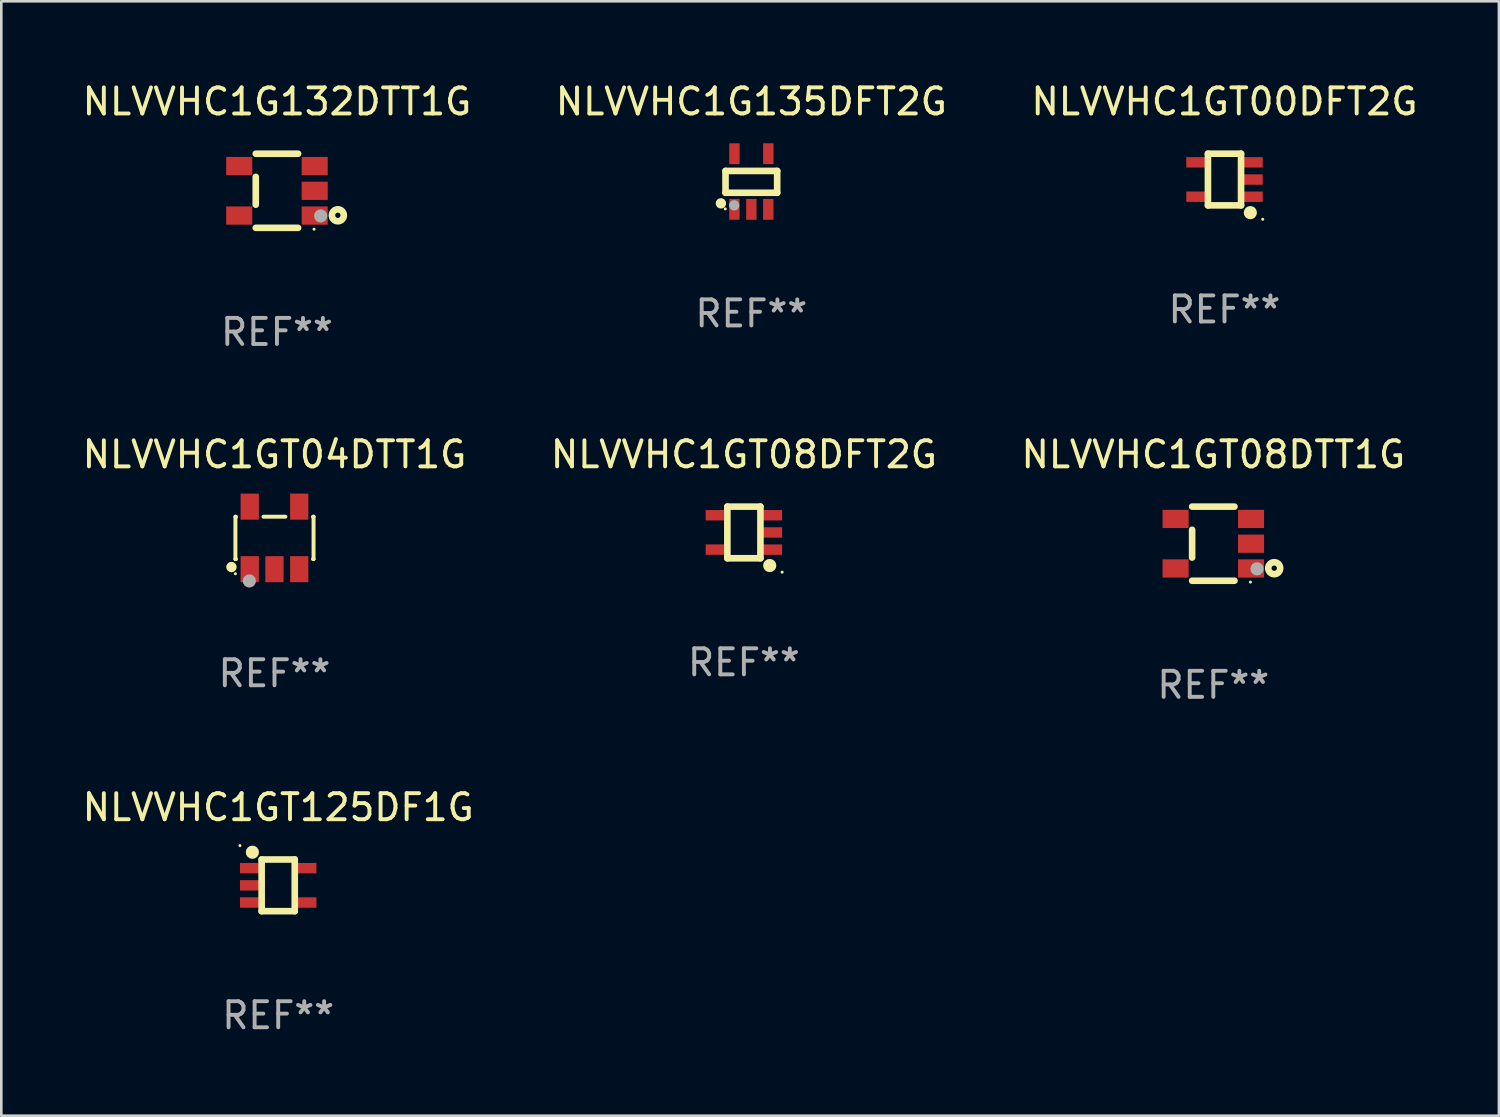
<source format=kicad_pcb>
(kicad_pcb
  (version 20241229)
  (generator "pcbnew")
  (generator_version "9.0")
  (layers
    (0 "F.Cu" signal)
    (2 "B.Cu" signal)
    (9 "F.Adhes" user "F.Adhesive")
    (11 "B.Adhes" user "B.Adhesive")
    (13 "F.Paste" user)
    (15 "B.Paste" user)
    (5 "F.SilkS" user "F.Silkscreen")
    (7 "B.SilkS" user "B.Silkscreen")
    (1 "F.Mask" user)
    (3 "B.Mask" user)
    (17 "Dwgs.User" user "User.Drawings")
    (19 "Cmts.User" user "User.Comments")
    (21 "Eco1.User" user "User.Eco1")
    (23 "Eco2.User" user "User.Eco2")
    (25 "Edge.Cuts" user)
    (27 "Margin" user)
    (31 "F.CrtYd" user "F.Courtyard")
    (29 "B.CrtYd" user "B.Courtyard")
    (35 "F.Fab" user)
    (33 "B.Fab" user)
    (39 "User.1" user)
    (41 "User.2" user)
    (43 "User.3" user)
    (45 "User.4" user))
  (footprint "NLVVHC1GT08DTT1G"
    (layer "F.Cu")
    (at 43.506 17.812)
    (property "Reference" "NLVVHC1GT08DTT1G" (at 0 -3.422 0) (layer "F.SilkS") (effects (font (size 1 1) (thickness 0.15))))
    (attr through_hole)
    (fp_line (start -0.813 -1.422) (end 0.812 -1.422) (stroke (width 0.254) (type solid)) (layer "F.SilkS"))
    (fp_line (start -0.813 0.533) (end -0.813 -0.533) (stroke (width 0.254) (type solid)) (layer "F.SilkS"))
    (fp_line (start 0.812 1.422) (end -0.813 1.422) (stroke (width 0.254) (type solid)) (layer "F.SilkS"))
    (fp_circle (center 1.423 1.473) (end 1.453 1.473) (stroke (width 0.06) (type solid)) (fill no) (layer "F.SilkS"))
    (fp_circle (center 2.337 0.94) (end 2.439 0.94) (stroke (width 0.254) (type solid)) (fill no) (layer "F.SilkS"))
    (fp_circle (center 1.677 0.965) (end 1.804 0.965) (stroke (width 0.254) (type solid)) (fill no) (layer "F.Fab"))
    (fp_text user "REF**" (at 0 5.422 0) (layer "F.Fab") (effects (font (size 1 1) (thickness 0.15))))
    (pad "1" smd rect (at 1.448 0.95 90) (size 0.7 1) (layers "F.Cu" "F.Mask" "F.Paste"))
    (pad "2" smd rect (at 1.448 0.000127 90) (size 0.7 1) (layers "F.Cu" "F.Mask" "F.Paste"))
    (pad "3" smd rect (at 1.448 -0.95 90) (size 0.7 1) (layers "F.Cu" "F.Mask" "F.Paste"))
    (pad "4" smd rect (at -1.448 -0.95 90) (size 0.7 1) (layers "F.Cu" "F.Mask" "F.Paste"))
    (pad "5" smd rect (at -1.448 0.95 90) (size 0.7 1) (layers "F.Cu" "F.Mask" "F.Paste")))
  (footprint "NLVVHC1GT04DTT1G"
    (layer "F.Cu")
    (at 7.482 17.59)
    (property "Reference" "NLVVHC1GT04DTT1G" (at 0 -3.2 0) (layer "F.SilkS") (effects (font (size 1 1) (thickness 0.15))))
    (attr through_hole)
    (fp_line (start -1.499 -0.813) (end -1.48 -0.813) (stroke (width 0.152) (type solid)) (layer "F.SilkS"))
    (fp_line (start -1.499 0.813) (end -1.499 -0.813) (stroke (width 0.152) (type solid)) (layer "F.SilkS"))
    (fp_line (start -1.48 0.813) (end -1.499 0.813) (stroke (width 0.152) (type solid)) (layer "F.SilkS"))
    (fp_line (start -0.42 -0.813) (end 0.42 -0.813) (stroke (width 0.152) (type solid)) (layer "F.SilkS"))
    (fp_line (start 1.48 -0.813) (end 1.499 -0.813) (stroke (width 0.152) (type solid)) (layer "F.SilkS"))
    (fp_line (start 1.499 -0.813) (end 1.499 0.813) (stroke (width 0.152) (type solid)) (layer "F.SilkS"))
    (fp_line (start 1.499 0.813) (end 1.48 0.813) (stroke (width 0.152) (type solid)) (layer "F.SilkS"))
    (fp_circle (center -1.651 1.118) (end -1.551 1.118) (stroke (width 0.2) (type solid)) (fill no) (layer "F.SilkS"))
    (fp_circle (center -1.5 1.375) (end -1.47 1.375) (stroke (width 0.06) (type solid)) (fill no) (layer "F.SilkS"))
    (fp_circle (center -0.965 1.651) (end -0.838 1.651) (stroke (width 0.254) (type solid)) (fill no) (layer "F.Fab"))
    (fp_text user "REF**" (at 0 5.2 0) (layer "F.Fab") (effects (font (size 1 1) (thickness 0.15))))
    (pad "1" smd rect (at -0.95 1.2) (size 0.7 1) (layers "F.Cu" "F.Mask" "F.Paste"))
    (pad "2" smd rect (at 0 1.2) (size 0.7 1) (layers "F.Cu" "F.Mask" "F.Paste"))
    (pad "3" smd rect (at 0.95 1.2) (size 0.7 1) (layers "F.Cu" "F.Mask" "F.Paste"))
    (pad "4" smd rect (at 0.95 -1.2) (size 0.7 1) (layers "F.Cu" "F.Mask" "F.Paste"))
    (pad "5" smd rect (at -0.95 -1.2) (size 0.7 1) (layers "F.Cu" "F.Mask" "F.Paste")))
  (footprint "NLVVHC1GT00DFT2G"
    (layer "F.Cu")
    (at 43.935 3.839)
    (property "Reference" "NLVVHC1GT00DFT2G" (at 0 -2.991 0) (layer "F.SilkS") (effects (font (size 1 1) (thickness 0.15))))
    (attr through_hole)
    (fp_line (start -0.635 -0.991) (end 0.635 -0.991) (stroke (width 0.254) (type solid)) (layer "F.SilkS"))
    (fp_line (start -0.635 0.991) (end -0.635 -0.991) (stroke (width 0.254) (type solid)) (layer "F.SilkS"))
    (fp_line (start 0.635 -0.991) (end 0.635 0.991) (stroke (width 0.254) (type solid)) (layer "F.SilkS"))
    (fp_line (start 0.635 0.991) (end -0.635 0.991) (stroke (width 0.254) (type solid)) (layer "F.SilkS"))
    (fp_circle (center 0.991 1.27) (end 1.118 1.27) (stroke (width 0.254) (type solid)) (fill no) (layer "F.SilkS"))
    (fp_circle (center 1.467 1.524) (end 1.497 1.524) (stroke (width 0.06) (type solid)) (fill no) (layer "F.SilkS"))
    (fp_text user "REF**" (at 0 4.991 0) (layer "F.Fab") (effects (font (size 1 1) (thickness 0.15))))
    (pad "1" smd rect (at 1.067 0.66 180) (size 0.8 0.399) (layers "F.Cu" "F.Mask" "F.Paste"))
    (pad "2" smd rect (at 1.067 0 180) (size 0.8 0.399) (layers "F.Cu" "F.Mask" "F.Paste"))
    (pad "3" smd rect (at 1.067 -0.66 180) (size 0.8 0.399) (layers "F.Cu" "F.Mask" "F.Paste"))
    (pad "4" smd rect (at -1.067 -0.66 180) (size 0.8 0.399) (layers "F.Cu" "F.Mask" "F.Paste"))
    (pad "5" smd rect (at -1.066 0.659 180) (size 0.8 0.399) (layers "F.Cu" "F.Mask" "F.Paste")))
  (footprint "NLVVHC1GT08DFT2G"
    (layer "F.Cu")
    (at 25.494 17.38)
    (property "Reference" "NLVVHC1GT08DFT2G" (at 0 -2.991 0) (layer "F.SilkS") (effects (font (size 1 1) (thickness 0.15))))
    (attr through_hole)
    (fp_line (start -0.635 -0.991) (end 0.635 -0.991) (stroke (width 0.254) (type solid)) (layer "F.SilkS"))
    (fp_line (start -0.635 0.991) (end -0.635 -0.991) (stroke (width 0.254) (type solid)) (layer "F.SilkS"))
    (fp_line (start 0.635 -0.991) (end 0.635 0.991) (stroke (width 0.254) (type solid)) (layer "F.SilkS"))
    (fp_line (start 0.635 0.991) (end -0.635 0.991) (stroke (width 0.254) (type solid)) (layer "F.SilkS"))
    (fp_circle (center 0.991 1.27) (end 1.118 1.27) (stroke (width 0.254) (type solid)) (fill no) (layer "F.SilkS"))
    (fp_circle (center 1.467 1.524) (end 1.497 1.524) (stroke (width 0.06) (type solid)) (fill no) (layer "F.SilkS"))
    (fp_text user "REF**" (at 0 4.991 0) (layer "F.Fab") (effects (font (size 1 1) (thickness 0.15))))
    (pad "1" smd rect (at 1.067 0.66 180) (size 0.8 0.399) (layers "F.Cu" "F.Mask" "F.Paste"))
    (pad "2" smd rect (at 1.067 0 180) (size 0.8 0.399) (layers "F.Cu" "F.Mask" "F.Paste"))
    (pad "3" smd rect (at 1.067 -0.66 180) (size 0.8 0.399) (layers "F.Cu" "F.Mask" "F.Paste"))
    (pad "4" smd rect (at -1.067 -0.66 180) (size 0.8 0.399) (layers "F.Cu" "F.Mask" "F.Paste"))
    (pad "5" smd rect (at -1.066 0.659 180) (size 0.8 0.399) (layers "F.Cu" "F.Mask" "F.Paste")))
  (footprint "NLVVHC1G135DFT2G"
    (layer "F.Cu")
    (at 25.78 3.915)
    (property "Reference" "NLVVHC1G135DFT2G" (at 0 -3.067 0) (layer "F.SilkS") (effects (font (size 1 1) (thickness 0.15))))
    (attr through_hole)
    (fp_line (start -0.991 -0.406) (end 0.991 -0.406) (stroke (width 0.254) (type solid)) (layer "F.SilkS"))
    (fp_line (start -0.991 0.432) (end -0.991 -0.406) (stroke (width 0.254) (type solid)) (layer "F.SilkS"))
    (fp_line (start 0.991 -0.406) (end 0.991 0.432) (stroke (width 0.254) (type solid)) (layer "F.SilkS"))
    (fp_line (start 0.991 0.432) (end -0.991 0.432) (stroke (width 0.254) (type solid)) (layer "F.SilkS"))
    (fp_circle (center -1.168 0.838) (end -1.068 0.838) (stroke (width 0.2) (type solid)) (fill no) (layer "F.SilkS"))
    (fp_circle (center -1 1.05) (end -0.97 1.05) (stroke (width 0.06) (type solid)) (fill no) (layer "F.SilkS"))
    (fp_circle (center -0.66 0.914) (end -0.56 0.914) (stroke (width 0.2) (type solid)) (fill no) (layer "F.Fab"))
    (fp_text user "REF**" (at 0 5.067 0) (layer "F.Fab") (effects (font (size 1 1) (thickness 0.15))))
    (pad "1" smd rect (at -0.65 1.067 90) (size 0.8 0.399) (layers "F.Cu" "F.Mask" "F.Paste"))
    (pad "2" smd rect (at 0 1.067 90) (size 0.8 0.399) (layers "F.Cu" "F.Mask" "F.Paste"))
    (pad "3" smd rect (at 0.65 1.067 90) (size 0.8 0.399) (layers "F.Cu" "F.Mask" "F.Paste"))
    (pad "4" smd rect (at 0.65 -1.067 90) (size 0.8 0.399) (layers "F.Cu" "F.Mask" "F.Paste"))
    (pad "5" smd rect (at -0.65 -1.066 90) (size 0.8 0.399) (layers "F.Cu" "F.Mask" "F.Paste")))
  (footprint "NLVVHC1G132DTT1G"
    (layer "F.Cu")
    (at 7.577 4.271)
    (property "Reference" "NLVVHC1G132DTT1G" (at 0 -3.422 0) (layer "F.SilkS") (effects (font (size 1 1) (thickness 0.15))))
    (attr through_hole)
    (fp_line (start -0.813 -1.422) (end 0.812 -1.422) (stroke (width 0.254) (type solid)) (layer "F.SilkS"))
    (fp_line (start -0.813 0.533) (end -0.813 -0.533) (stroke (width 0.254) (type solid)) (layer "F.SilkS"))
    (fp_line (start 0.812 1.422) (end -0.813 1.422) (stroke (width 0.254) (type solid)) (layer "F.SilkS"))
    (fp_circle (center 1.423 1.473) (end 1.453 1.473) (stroke (width 0.06) (type solid)) (fill no) (layer "F.SilkS"))
    (fp_circle (center 2.337 0.94) (end 2.439 0.94) (stroke (width 0.254) (type solid)) (fill no) (layer "F.SilkS"))
    (fp_circle (center 1.677 0.965) (end 1.804 0.965) (stroke (width 0.254) (type solid)) (fill no) (layer "F.Fab"))
    (fp_text user "REF**" (at 0 5.422 0) (layer "F.Fab") (effects (font (size 1 1) (thickness 0.15))))
    (pad "1" smd rect (at 1.448 0.95 90) (size 0.7 1) (layers "F.Cu" "F.Mask" "F.Paste"))
    (pad "2" smd rect (at 1.448 0.000127 90) (size 0.7 1) (layers "F.Cu" "F.Mask" "F.Paste"))
    (pad "3" smd rect (at 1.448 -0.95 90) (size 0.7 1) (layers "F.Cu" "F.Mask" "F.Paste"))
    (pad "4" smd rect (at -1.448 -0.95 90) (size 0.7 1) (layers "F.Cu" "F.Mask" "F.Paste"))
    (pad "5" smd rect (at -1.448 0.95 90) (size 0.7 1) (layers "F.Cu" "F.Mask" "F.Paste")))
  (footprint "NLVVHC1GT125DF1G"
    (layer "F.Cu")
    (at 7.625 30.921)
    (property "Reference" "NLVVHC1GT125DF1G" (at 0 -2.991 0) (layer "F.SilkS") (effects (font (size 1 1) (thickness 0.15))))
    (attr through_hole)
    (fp_line (start -0.635 -0.991) (end 0.635 -0.991) (stroke (width 0.254) (type solid)) (layer "F.SilkS"))
    (fp_line (start -0.635 0.991) (end -0.635 -0.991) (stroke (width 0.254) (type solid)) (layer "F.SilkS"))
    (fp_line (start 0.635 -0.991) (end 0.635 0.991) (stroke (width 0.254) (type solid)) (layer "F.SilkS"))
    (fp_line (start 0.635 0.991) (end -0.635 0.991) (stroke (width 0.254) (type solid)) (layer "F.SilkS"))
    (fp_circle (center -1.467 -1.524) (end -1.437 -1.524) (stroke (width 0.06) (type solid)) (fill no) (layer "F.SilkS"))
    (fp_circle (center -0.991 -1.27) (end -0.864 -1.27) (stroke (width 0.254) (type solid)) (fill no) (layer "F.SilkS"))
    (fp_text user "REF**" (at 0 4.991 0) (layer "F.Fab") (effects (font (size 1 1) (thickness 0.15))))
    (pad "1" smd rect (at -1.067 -0.66) (size 0.8 0.399) (layers "F.Cu" "F.Mask" "F.Paste"))
    (pad "2" smd rect (at -1.067 0) (size 0.8 0.399) (layers "F.Cu" "F.Mask" "F.Paste"))
    (pad "3" smd rect (at -1.067 0.66) (size 0.8 0.399) (layers "F.Cu" "F.Mask" "F.Paste"))
    (pad "4" smd rect (at 1.067 0.66) (size 0.8 0.399) (layers "F.Cu" "F.Mask" "F.Paste"))
    (pad "5" smd rect (at 1.066 -0.659) (size 0.8 0.399) (layers "F.Cu" "F.Mask" "F.Paste")))
  (gr_rect
    (start -3 -3)
    (end 54.464 39.76)
    (stroke (width 0.1) (type default))
    (fill no)
    (layer "Edge.Cuts")))
</source>
